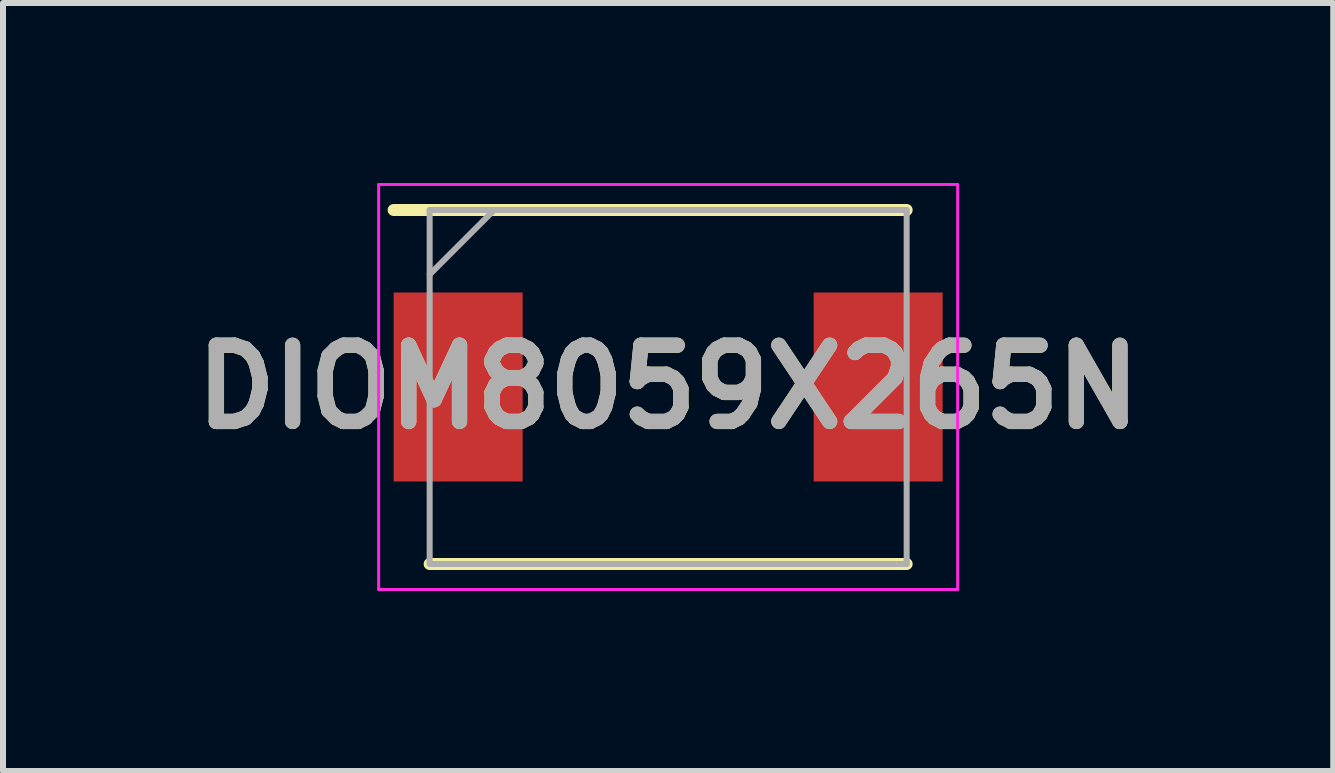
<source format=kicad_pcb>
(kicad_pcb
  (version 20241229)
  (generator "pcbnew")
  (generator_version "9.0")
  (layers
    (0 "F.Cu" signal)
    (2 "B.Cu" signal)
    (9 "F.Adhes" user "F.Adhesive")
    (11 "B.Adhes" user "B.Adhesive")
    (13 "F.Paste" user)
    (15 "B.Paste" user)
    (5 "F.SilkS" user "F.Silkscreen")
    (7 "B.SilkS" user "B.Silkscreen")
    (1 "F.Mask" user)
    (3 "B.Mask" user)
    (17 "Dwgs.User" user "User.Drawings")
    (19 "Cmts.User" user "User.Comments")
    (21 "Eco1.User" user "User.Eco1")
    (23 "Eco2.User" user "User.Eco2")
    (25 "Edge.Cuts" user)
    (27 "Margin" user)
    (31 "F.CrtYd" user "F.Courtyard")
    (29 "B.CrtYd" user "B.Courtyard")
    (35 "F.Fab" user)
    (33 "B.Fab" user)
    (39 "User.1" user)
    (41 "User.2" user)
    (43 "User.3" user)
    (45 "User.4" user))
  (footprint "DIOM8059X265N"
    (layer "F.Cu")
    (at 8.086 3.4)
    (property "Reference" "DIOM8059X265N" (at 0 0 0) (layer "F.SilkS") (effects (font (size 1.27 1.27) (thickness 0.254))))
    (attr smd)
    (fp_line (start -3.975 2.95) (end 3.975 2.95) (stroke (width 0.2) (type solid)) (layer "F.SilkS"))
    (fp_line (start 3.975 -2.95) (end -4.575 -2.95) (stroke (width 0.2) (type solid)) (layer "F.SilkS"))
    (fp_line (start -4.825 -3.375) (end 4.825 -3.375) (stroke (width 0.05) (type solid)) (layer "F.CrtYd"))
    (fp_line (start -4.825 3.375) (end -4.825 -3.375) (stroke (width 0.05) (type solid)) (layer "F.CrtYd"))
    (fp_line (start 4.825 -3.375) (end 4.825 3.375) (stroke (width 0.05) (type solid)) (layer "F.CrtYd"))
    (fp_line (start 4.825 3.375) (end -4.825 3.375) (stroke (width 0.05) (type solid)) (layer "F.CrtYd"))
    (fp_line (start -3.975 -2.95) (end 3.975 -2.95) (stroke (width 0.1) (type solid)) (layer "F.Fab"))
    (fp_line (start -3.975 -1.875) (end -2.9 -2.95) (stroke (width 0.1) (type solid)) (layer "F.Fab"))
    (fp_line (start -3.975 2.95) (end -3.975 -2.95) (stroke (width 0.1) (type solid)) (layer "F.Fab"))
    (fp_line (start 3.975 -2.95) (end 3.975 2.95) (stroke (width 0.1) (type solid)) (layer "F.Fab"))
    (fp_line (start 3.975 2.95) (end -3.975 2.95) (stroke (width 0.1) (type solid)) (layer "F.Fab"))
    (fp_text user "${REFERENCE}" (at 0 0 0) (layer "F.Fab") (effects (font (size 1.27 1.27) (thickness 0.254))))
    (pad "1" smd rect (at -3.5 0) (size 2.15 3.15) (layers "F.Cu" "F.Mask" "F.Paste"))
    (pad "2" smd rect (at 3.5 0) (size 2.15 3.15) (layers "F.Cu" "F.Mask" "F.Paste")))
  (gr_rect
    (start -3 -3)
    (end 19.171 9.8)
    (stroke (width 0.1) (type default))
    (fill no)
    (layer "Edge.Cuts")))
</source>
